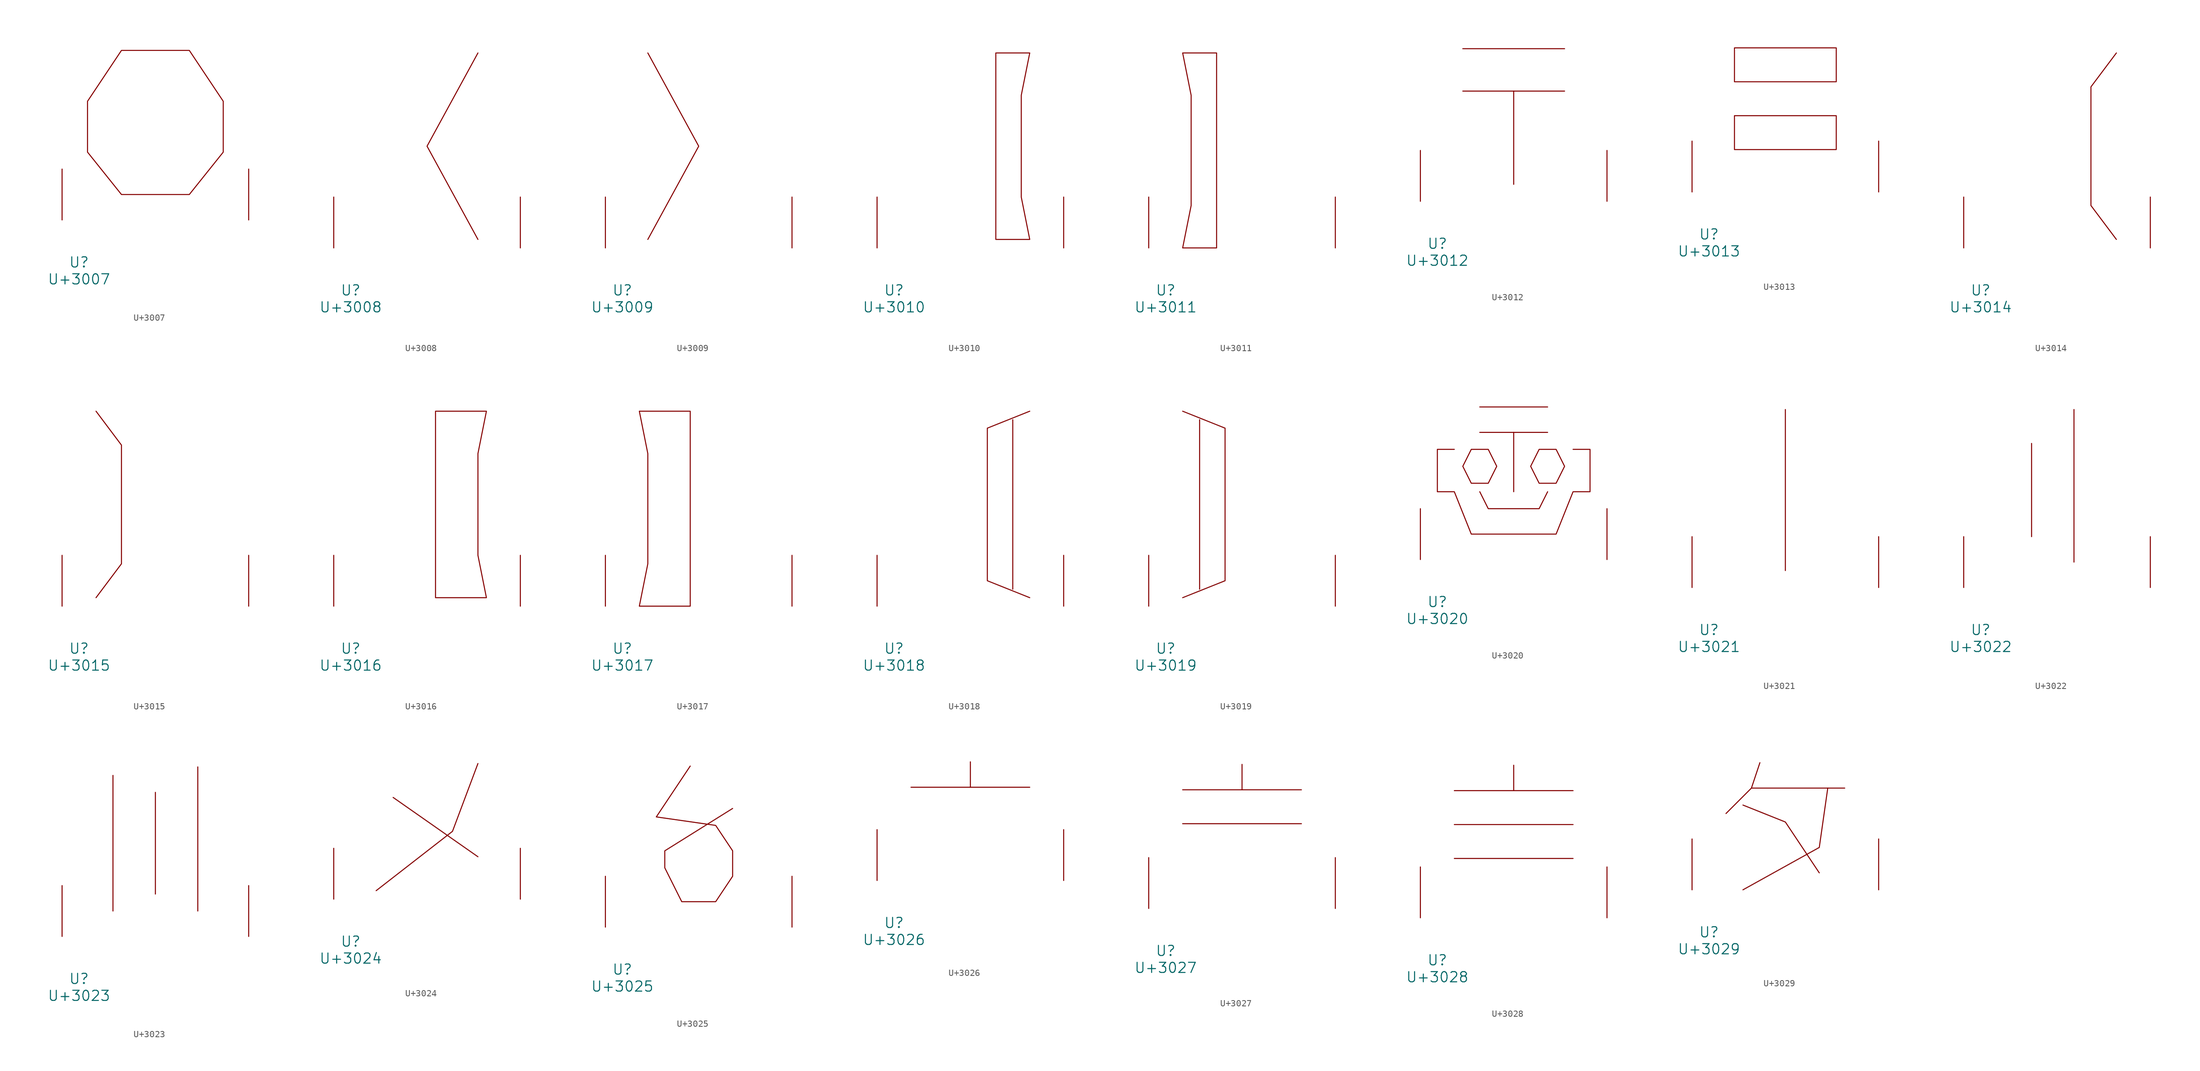
<source format=kicad_sym>
(kicad_symbol_lib
  (version 20231120)
  (generator "kicad_symbol_editor")
  (generator_version "8.0")
  (symbol "U+3007"
    (pin_names
      (offset 1.016))
    (property "Reference" "U"
      (at 0 -6.35 0)
      (effects (font (size 1.524 1.524))))
    (property "Value" "U+3007"
      (at 0 -8.89 0)
      (effects (font (size 1.524 1.524))))
    (symbol "U+3007_0_1"
      (polyline (pts (xy 6.35 25.4) (xy 16.51 25.4) (xy 21.59 17.78) (xy 21.59 10.16) (xy 16.51 3.81) (xy 6.35 3.81) (xy 1.27 10.16) (xy 1.27 17.78) (xy 6.35 25.4)) (stroke (width 0) (type solid)) (fill (type none)))
      (pin input line (at -2.54 0 90) (length 7.62) (name "~" (effects (font (size 1.27 1.27)))) (number "~" (effects (font (size 1.27 1.27)))))
      (pin input line (at 25.4 0 90) (length 7.62) (name "~" (effects (font (size 1.27 1.27)))) (number "~" (effects (font (size 1.27 1.27)))))))
  (symbol "U+3008"
    (pin_names
      (offset 1.016))
    (property "Reference" "U"
      (at 0 -6.35 0)
      (effects (font (size 1.524 1.524))))
    (property "Value" "U+3008"
      (at 0 -8.89 0)
      (effects (font (size 1.524 1.524))))
    (symbol "U+3008_0_1"
      (polyline (pts (xy 19.05 29.21) (xy 11.43 15.24) (xy 19.05 1.27)) (stroke (width 0) (type solid)) (fill (type none)))
      (pin input line (at -2.54 0 90) (length 7.62) (name "~" (effects (font (size 1.27 1.27)))) (number "~" (effects (font (size 1.27 1.27)))))
      (pin input line (at 25.4 0 90) (length 7.62) (name "~" (effects (font (size 1.27 1.27)))) (number "~" (effects (font (size 1.27 1.27)))))))
  (symbol "U+3009"
    (pin_names
      (offset 1.016))
    (property "Reference" "U"
      (at 0 -6.35 0)
      (effects (font (size 1.524 1.524))))
    (property "Value" "U+3009"
      (at 0 -8.89 0)
      (effects (font (size 1.524 1.524))))
    (symbol "U+3009_0_1"
      (polyline (pts (xy 3.81 29.21) (xy 11.43 15.24) (xy 3.81 1.27)) (stroke (width 0) (type solid)) (fill (type none)))
      (pin input line (at -2.54 0 90) (length 7.62) (name "~" (effects (font (size 1.27 1.27)))) (number "~" (effects (font (size 1.27 1.27)))))
      (pin input line (at 25.4 0 90) (length 7.62) (name "~" (effects (font (size 1.27 1.27)))) (number "~" (effects (font (size 1.27 1.27)))))))
  (symbol "U+3010"
    (pin_names
      (offset 1.016))
    (property "Reference" "U"
      (at 0 -6.35 0)
      (effects (font (size 1.524 1.524))))
    (property "Value" "U+3010"
      (at 0 -8.89 0)
      (effects (font (size 1.524 1.524))))
    (symbol "U+3010_0_1"
      (polyline (pts (xy 15.24 29.21) (xy 20.32 29.21) (xy 19.05 22.86) (xy 19.05 15.24) (xy 19.05 7.62) (xy 20.32 1.27) (xy 15.24 1.27) (xy 15.24 29.21)) (stroke (width 0) (type solid)) (fill (type none)))
      (pin input line (at -2.54 0 90) (length 7.62) (name "~" (effects (font (size 1.27 1.27)))) (number "~" (effects (font (size 1.27 1.27)))))
      (pin input line (at 25.4 0 90) (length 7.62) (name "~" (effects (font (size 1.27 1.27)))) (number "~" (effects (font (size 1.27 1.27)))))))
  (symbol "U+3011"
    (pin_names
      (offset 1.016))
    (property "Reference" "U"
      (at 0 -6.35 0)
      (effects (font (size 1.524 1.524))))
    (property "Value" "U+3011"
      (at 0 -8.89 0)
      (effects (font (size 1.524 1.524))))
    (symbol "U+3011_0_1"
      (polyline (pts (xy 2.54 29.21) (xy 7.62 29.21) (xy 7.62 0) (xy 2.54 0) (xy 3.81 6.35) (xy 3.81 22.86) (xy 2.54 29.21)) (stroke (width 0) (type solid)) (fill (type none)))
      (pin input line (at -2.54 0 90) (length 7.62) (name "~" (effects (font (size 1.27 1.27)))) (number "~" (effects (font (size 1.27 1.27)))))
      (pin input line (at 25.4 0 90) (length 7.62) (name "~" (effects (font (size 1.27 1.27)))) (number "~" (effects (font (size 1.27 1.27)))))))
  (symbol "U+3012"
    (pin_names
      (offset 1.016))
    (property "Reference" "U"
      (at 0 -6.35 0)
      (effects (font (size 1.524 1.524))))
    (property "Value" "U+3012"
      (at 0 -8.89 0)
      (effects (font (size 1.524 1.524))))
    (symbol "U+3012_0_1"
      (polyline (pts (xy 3.81 16.51) (xy 19.05 16.51)) (stroke (width 0) (type solid)) (fill (type none)))
      (polyline (pts (xy 3.81 22.86) (xy 19.05 22.86)) (stroke (width 0) (type solid)) (fill (type none)))
      (polyline (pts (xy 11.43 16.51) (xy 11.43 2.54)) (stroke (width 0) (type solid)) (fill (type none)))
      (pin input line (at -2.54 0 90) (length 7.62) (name "~" (effects (font (size 1.27 1.27)))) (number "~" (effects (font (size 1.27 1.27)))))
      (pin input line (at 25.4 0 90) (length 7.62) (name "~" (effects (font (size 1.27 1.27)))) (number "~" (effects (font (size 1.27 1.27)))))))
  (symbol "U+3013"
    (pin_names
      (offset 1.016))
    (property "Reference" "U"
      (at 0 -6.35 0)
      (effects (font (size 1.524 1.524))))
    (property "Value" "U+3013"
      (at 0 -8.89 0)
      (effects (font (size 1.524 1.524))))
    (symbol "U+3013_0_1"
      (polyline (pts (xy 3.81 11.43) (xy 19.05 11.43) (xy 19.05 6.35) (xy 3.81 6.35) (xy 3.81 11.43)) (stroke (width 0) (type solid)) (fill (type none)))
      (polyline (pts (xy 3.81 21.59) (xy 19.05 21.59) (xy 19.05 16.51) (xy 3.81 16.51) (xy 3.81 21.59)) (stroke (width 0) (type solid)) (fill (type none)))
      (pin input line (at -2.54 0 90) (length 7.62) (name "~" (effects (font (size 1.27 1.27)))) (number "~" (effects (font (size 1.27 1.27)))))
      (pin input line (at 25.4 0 90) (length 7.62) (name "~" (effects (font (size 1.27 1.27)))) (number "~" (effects (font (size 1.27 1.27)))))))
  (symbol "U+3014"
    (pin_names
      (offset 1.016))
    (property "Reference" "U"
      (at 0 -6.35 0)
      (effects (font (size 1.524 1.524))))
    (property "Value" "U+3014"
      (at 0 -8.89 0)
      (effects (font (size 1.524 1.524))))
    (symbol "U+3014_0_1"
      (polyline (pts (xy 20.32 29.21) (xy 16.51 24.13) (xy 16.51 6.35) (xy 20.32 1.27)) (stroke (width 0) (type solid)) (fill (type none)))
      (pin input line (at -2.54 0 90) (length 7.62) (name "~" (effects (font (size 1.27 1.27)))) (number "~" (effects (font (size 1.27 1.27)))))
      (pin input line (at 25.4 0 90) (length 7.62) (name "~" (effects (font (size 1.27 1.27)))) (number "~" (effects (font (size 1.27 1.27)))))))
  (symbol "U+3015"
    (pin_names
      (offset 1.016))
    (property "Reference" "U"
      (at 0 -6.35 0)
      (effects (font (size 1.524 1.524))))
    (property "Value" "U+3015"
      (at 0 -8.89 0)
      (effects (font (size 1.524 1.524))))
    (symbol "U+3015_0_1"
      (polyline (pts (xy 2.54 29.21) (xy 6.35 24.13) (xy 6.35 6.35) (xy 2.54 1.27)) (stroke (width 0) (type solid)) (fill (type none)))
      (pin input line (at -2.54 0 90) (length 7.62) (name "~" (effects (font (size 1.27 1.27)))) (number "~" (effects (font (size 1.27 1.27)))))
      (pin input line (at 25.4 0 90) (length 7.62) (name "~" (effects (font (size 1.27 1.27)))) (number "~" (effects (font (size 1.27 1.27)))))))
  (symbol "U+3016"
    (pin_names
      (offset 1.016))
    (property "Reference" "U"
      (at 0 -6.35 0)
      (effects (font (size 1.524 1.524))))
    (property "Value" "U+3016"
      (at 0 -8.89 0)
      (effects (font (size 1.524 1.524))))
    (symbol "U+3016_0_1"
      (polyline (pts (xy 12.7 29.21) (xy 20.32 29.21) (xy 19.05 22.86) (xy 19.05 15.24) (xy 19.05 7.62) (xy 20.32 1.27) (xy 12.7 1.27) (xy 12.7 29.21)) (stroke (width 0) (type solid)) (fill (type none)))
      (pin input line (at -2.54 0 90) (length 7.62) (name "~" (effects (font (size 1.27 1.27)))) (number "~" (effects (font (size 1.27 1.27)))))
      (pin input line (at 25.4 0 90) (length 7.62) (name "~" (effects (font (size 1.27 1.27)))) (number "~" (effects (font (size 1.27 1.27)))))))
  (symbol "U+3017"
    (pin_names
      (offset 1.016))
    (property "Reference" "U"
      (at 0 -6.35 0)
      (effects (font (size 1.524 1.524))))
    (property "Value" "U+3017"
      (at 0 -8.89 0)
      (effects (font (size 1.524 1.524))))
    (symbol "U+3017_0_1"
      (polyline (pts (xy 2.54 29.21) (xy 10.16 29.21) (xy 10.16 0) (xy 2.54 0) (xy 3.81 6.35) (xy 3.81 22.86) (xy 2.54 29.21)) (stroke (width 0) (type solid)) (fill (type none)))
      (pin input line (at -2.54 0 90) (length 7.62) (name "~" (effects (font (size 1.27 1.27)))) (number "~" (effects (font (size 1.27 1.27)))))
      (pin input line (at 25.4 0 90) (length 7.62) (name "~" (effects (font (size 1.27 1.27)))) (number "~" (effects (font (size 1.27 1.27)))))))
  (symbol "U+3018"
    (pin_names
      (offset 1.016))
    (property "Reference" "U"
      (at 0 -6.35 0)
      (effects (font (size 1.524 1.524))))
    (property "Value" "U+3018"
      (at 0 -8.89 0)
      (effects (font (size 1.524 1.524))))
    (symbol "U+3018_0_1"
      (polyline (pts (xy 17.78 27.94) (xy 17.78 2.54)) (stroke (width 0) (type solid)) (fill (type none)))
      (polyline (pts (xy 20.32 29.21) (xy 13.97 26.67) (xy 13.97 3.81) (xy 20.32 1.27)) (stroke (width 0) (type solid)) (fill (type none)))
      (pin input line (at -2.54 0 90) (length 7.62) (name "~" (effects (font (size 1.27 1.27)))) (number "~" (effects (font (size 1.27 1.27)))))
      (pin input line (at 25.4 0 90) (length 7.62) (name "~" (effects (font (size 1.27 1.27)))) (number "~" (effects (font (size 1.27 1.27)))))))
  (symbol "U+3019"
    (pin_names
      (offset 1.016))
    (property "Reference" "U"
      (at 0 -6.35 0)
      (effects (font (size 1.524 1.524))))
    (property "Value" "U+3019"
      (at 0 -8.89 0)
      (effects (font (size 1.524 1.524))))
    (symbol "U+3019_0_1"
      (polyline (pts (xy 5.08 27.94) (xy 5.08 2.54)) (stroke (width 0) (type solid)) (fill (type none)))
      (polyline (pts (xy 2.54 29.21) (xy 8.89 26.67) (xy 8.89 3.81) (xy 2.54 1.27)) (stroke (width 0) (type solid)) (fill (type none)))
      (pin input line (at -2.54 0 90) (length 7.62) (name "~" (effects (font (size 1.27 1.27)))) (number "~" (effects (font (size 1.27 1.27)))))
      (pin input line (at 25.4 0 90) (length 7.62) (name "~" (effects (font (size 1.27 1.27)))) (number "~" (effects (font (size 1.27 1.27)))))))
  (symbol "U+3020"
    (pin_names
      (offset 1.016))
    (property "Reference" "U"
      (at 0 -6.35 0)
      (effects (font (size 1.524 1.524))))
    (property "Value" "U+3020"
      (at 0 -8.89 0)
      (effects (font (size 1.524 1.524))))
    (symbol "U+3020_0_1"
      (polyline (pts (xy 6.35 19.05) (xy 16.51 19.05)) (stroke (width 0) (type solid)) (fill (type none)))
      (polyline (pts (xy 6.35 22.86) (xy 16.51 22.86)) (stroke (width 0) (type solid)) (fill (type none)))
      (polyline (pts (xy 11.43 19.05) (xy 11.43 10.16)) (stroke (width 0) (type solid)) (fill (type none)))
      (polyline (pts (xy 6.35 10.16) (xy 7.62 7.62) (xy 15.24 7.62) (xy 16.51 10.16)) (stroke (width 0) (type solid)) (fill (type none)))
      (polyline (pts (xy 5.08 16.51) (xy 7.62 16.51) (xy 8.89 13.97) (xy 7.62 11.43) (xy 5.08 11.43) (xy 3.81 13.97) (xy 5.08 16.51)) (stroke (width 0) (type solid)) (fill (type none)))
      (polyline (pts (xy 15.24 16.51) (xy 17.78 16.51) (xy 19.05 13.97) (xy 17.78 11.43) (xy 15.24 11.43) (xy 13.97 13.97) (xy 15.24 16.51)) (stroke (width 0) (type solid)) (fill (type none)))
      (polyline (pts (xy 2.54 16.51) (xy 0 16.51) (xy 0 10.16) (xy 2.54 10.16) (xy 5.08 3.81) (xy 17.78 3.81) (xy 20.32 10.16) (xy 22.86 10.16) (xy 22.86 16.51) (xy 20.32 16.51)) (stroke (width 0) (type solid)) (fill (type none)))
      (pin input line (at -2.54 0 90) (length 7.62) (name "~" (effects (font (size 1.27 1.27)))) (number "~" (effects (font (size 1.27 1.27)))))
      (pin input line (at 25.4 0 90) (length 7.62) (name "~" (effects (font (size 1.27 1.27)))) (number "~" (effects (font (size 1.27 1.27)))))))
  (symbol "U+3021"
    (pin_names
      (offset 1.016))
    (property "Reference" "U"
      (at 0 -6.35 0)
      (effects (font (size 1.524 1.524))))
    (property "Value" "U+3021"
      (at 0 -8.89 0)
      (effects (font (size 1.524 1.524))))
    (symbol "U+3021_0_1"
      (polyline (pts (xy 11.43 26.67) (xy 11.43 2.54)) (stroke (width 0) (type solid)) (fill (type none)))
      (pin input line (at -2.54 0 90) (length 7.62) (name "~" (effects (font (size 1.27 1.27)))) (number "~" (effects (font (size 1.27 1.27)))))
      (pin input line (at 25.4 0 90) (length 7.62) (name "~" (effects (font (size 1.27 1.27)))) (number "~" (effects (font (size 1.27 1.27)))))))
  (symbol "U+3022"
    (pin_names
      (offset 1.016))
    (property "Reference" "U"
      (at 0 -6.35 0)
      (effects (font (size 1.524 1.524))))
    (property "Value" "U+3022"
      (at 0 -8.89 0)
      (effects (font (size 1.524 1.524))))
    (symbol "U+3022_0_1"
      (polyline (pts (xy 7.62 21.59) (xy 7.62 7.62)) (stroke (width 0) (type solid)) (fill (type none)))
      (polyline (pts (xy 13.97 26.67) (xy 13.97 3.81)) (stroke (width 0) (type solid)) (fill (type none)))
      (pin input line (at -2.54 0 90) (length 7.62) (name "~" (effects (font (size 1.27 1.27)))) (number "~" (effects (font (size 1.27 1.27)))))
      (pin input line (at 25.4 0 90) (length 7.62) (name "~" (effects (font (size 1.27 1.27)))) (number "~" (effects (font (size 1.27 1.27)))))))
  (symbol "U+3023"
    (pin_names
      (offset 1.016))
    (property "Reference" "U"
      (at 0 -6.35 0)
      (effects (font (size 1.524 1.524))))
    (property "Value" "U+3023"
      (at 0 -8.89 0)
      (effects (font (size 1.524 1.524))))
    (symbol "U+3023_0_1"
      (polyline (pts (xy 5.08 24.13) (xy 5.08 3.81)) (stroke (width 0) (type solid)) (fill (type none)))
      (polyline (pts (xy 11.43 21.59) (xy 11.43 6.35)) (stroke (width 0) (type solid)) (fill (type none)))
      (polyline (pts (xy 17.78 25.4) (xy 17.78 3.81)) (stroke (width 0) (type solid)) (fill (type none)))
      (pin input line (at -2.54 0 90) (length 7.62) (name "~" (effects (font (size 1.27 1.27)))) (number "~" (effects (font (size 1.27 1.27)))))
      (pin input line (at 25.4 0 90) (length 7.62) (name "~" (effects (font (size 1.27 1.27)))) (number "~" (effects (font (size 1.27 1.27)))))))
  (symbol "U+3024"
    (pin_names
      (offset 1.016))
    (property "Reference" "U"
      (at 0 -6.35 0)
      (effects (font (size 1.524 1.524))))
    (property "Value" "U+3024"
      (at 0 -8.89 0)
      (effects (font (size 1.524 1.524))))
    (symbol "U+3024_0_1"
      (polyline (pts (xy 6.35 15.24) (xy 19.05 6.35)) (stroke (width 0) (type solid)) (fill (type none)))
      (polyline (pts (xy 19.05 20.32) (xy 15.24 10.16) (xy 3.81 1.27)) (stroke (width 0) (type solid)) (fill (type none)))
      (pin input line (at -2.54 0 90) (length 7.62) (name "~" (effects (font (size 1.27 1.27)))) (number "~" (effects (font (size 1.27 1.27)))))
      (pin input line (at 25.4 0 90) (length 7.62) (name "~" (effects (font (size 1.27 1.27)))) (number "~" (effects (font (size 1.27 1.27)))))))
  (symbol "U+3025"
    (pin_names
      (offset 1.016))
    (property "Reference" "U"
      (at 0 -6.35 0)
      (effects (font (size 1.524 1.524))))
    (property "Value" "U+3025"
      (at 0 -8.89 0)
      (effects (font (size 1.524 1.524))))
    (symbol "U+3025_0_1"
      (polyline (pts (xy 10.16 24.13) (xy 5.08 16.51) (xy 13.97 15.24) (xy 16.51 11.43) (xy 16.51 7.62) (xy 13.97 3.81) (xy 8.89 3.81) (xy 6.35 8.89) (xy 6.35 11.43) (xy 16.51 17.78)) (stroke (width 0) (type solid)) (fill (type none)))
      (pin input line (at -2.54 0 90) (length 7.62) (name "~" (effects (font (size 1.27 1.27)))) (number "~" (effects (font (size 1.27 1.27)))))
      (pin input line (at 25.4 0 90) (length 7.62) (name "~" (effects (font (size 1.27 1.27)))) (number "~" (effects (font (size 1.27 1.27)))))))
  (symbol "U+3026"
    (pin_names
      (offset 1.016))
    (property "Reference" "U"
      (at 0 -6.35 0)
      (effects (font (size 1.524 1.524))))
    (property "Value" "U+3026"
      (at 0 -8.89 0)
      (effects (font (size 1.524 1.524))))
    (symbol "U+3026_0_1"
      (polyline (pts (xy 2.54 13.97) (xy 20.32 13.97)) (stroke (width 0) (type solid)) (fill (type none)))
      (polyline (pts (xy 11.43 17.78) (xy 11.43 13.97)) (stroke (width 0) (type solid)) (fill (type none)))
      (pin input line (at -2.54 0 90) (length 7.62) (name "~" (effects (font (size 1.27 1.27)))) (number "~" (effects (font (size 1.27 1.27)))))
      (pin input line (at 25.4 0 90) (length 7.62) (name "~" (effects (font (size 1.27 1.27)))) (number "~" (effects (font (size 1.27 1.27)))))))
  (symbol "U+3027"
    (pin_names
      (offset 1.016))
    (property "Reference" "U"
      (at 0 -6.35 0)
      (effects (font (size 1.524 1.524))))
    (property "Value" "U+3027"
      (at 0 -8.89 0)
      (effects (font (size 1.524 1.524))))
    (symbol "U+3027_0_1"
      (polyline (pts (xy 2.54 12.7) (xy 20.32 12.7)) (stroke (width 0) (type solid)) (fill (type none)))
      (polyline (pts (xy 2.54 17.78) (xy 20.32 17.78)) (stroke (width 0) (type solid)) (fill (type none)))
      (polyline (pts (xy 11.43 21.59) (xy 11.43 17.78)) (stroke (width 0) (type solid)) (fill (type none)))
      (pin input line (at -2.54 0 90) (length 7.62) (name "~" (effects (font (size 1.27 1.27)))) (number "~" (effects (font (size 1.27 1.27)))))
      (pin input line (at 25.4 0 90) (length 7.62) (name "~" (effects (font (size 1.27 1.27)))) (number "~" (effects (font (size 1.27 1.27)))))))
  (symbol "U+3028"
    (pin_names
      (offset 1.016))
    (property "Reference" "U"
      (at 0 -6.35 0)
      (effects (font (size 1.524 1.524))))
    (property "Value" "U+3028"
      (at 0 -8.89 0)
      (effects (font (size 1.524 1.524))))
    (symbol "U+3028_0_1"
      (polyline (pts (xy 2.54 8.89) (xy 20.32 8.89)) (stroke (width 0) (type solid)) (fill (type none)))
      (polyline (pts (xy 2.54 13.97) (xy 20.32 13.97)) (stroke (width 0) (type solid)) (fill (type none)))
      (polyline (pts (xy 2.54 19.05) (xy 20.32 19.05)) (stroke (width 0) (type solid)) (fill (type none)))
      (polyline (pts (xy 11.43 22.86) (xy 11.43 19.05)) (stroke (width 0) (type solid)) (fill (type none)))
      (pin input line (at -2.54 0 90) (length 7.62) (name "~" (effects (font (size 1.27 1.27)))) (number "~" (effects (font (size 1.27 1.27)))))
      (pin input line (at 25.4 0 90) (length 7.62) (name "~" (effects (font (size 1.27 1.27)))) (number "~" (effects (font (size 1.27 1.27)))))))
  (symbol "U+3029"
    (pin_names
      (offset 1.016))
    (property "Reference" "U"
      (at 0 -6.35 0)
      (effects (font (size 1.524 1.524))))
    (property "Value" "U+3029"
      (at 0 -8.89 0)
      (effects (font (size 1.524 1.524))))
    (symbol "U+3029_0_1"
      (polyline (pts (xy 6.35 15.24) (xy 20.32 15.24)) (stroke (width 0) (type solid)) (fill (type none)))
      (polyline (pts (xy 5.08 12.7) (xy 11.43 10.16) (xy 16.51 2.54)) (stroke (width 0) (type solid)) (fill (type none)))
      (polyline (pts (xy 7.62 19.05) (xy 6.35 15.24) (xy 2.54 11.43)) (stroke (width 0) (type solid)) (fill (type none)))
      (polyline (pts (xy 17.78 15.24) (xy 16.51 6.35) (xy 5.08 0)) (stroke (width 0) (type solid)) (fill (type none)))
      (pin input line (at -2.54 0 90) (length 7.62) (name "~" (effects (font (size 1.27 1.27)))) (number "~" (effects (font (size 1.27 1.27)))))
      (pin input line (at 25.4 0 90) (length 7.62) (name "~" (effects (font (size 1.27 1.27)))) (number "~" (effects (font (size 1.27 1.27))))))))
</source>
